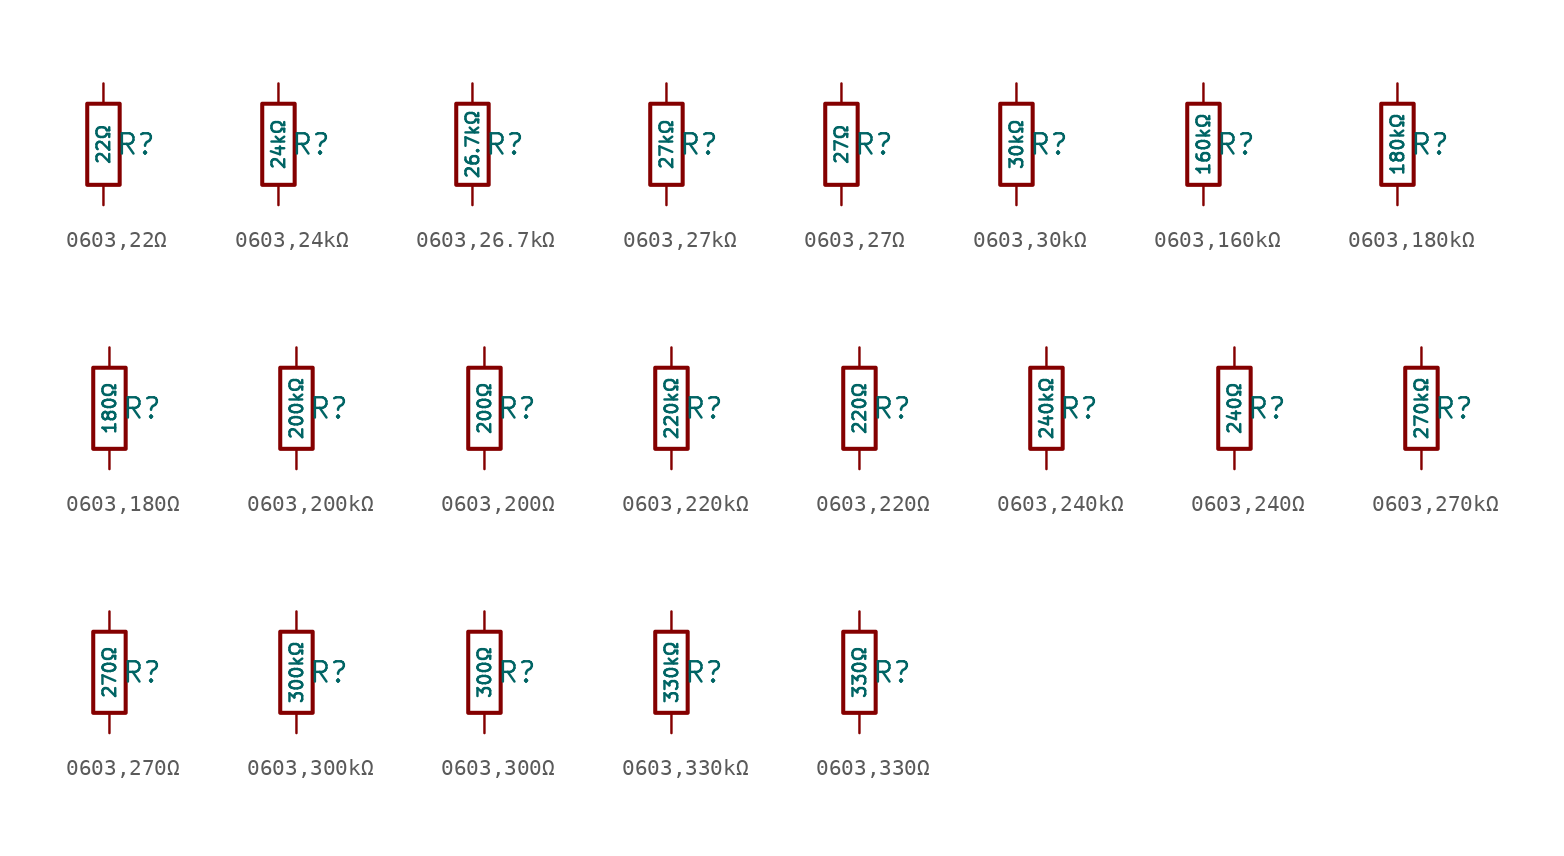
<source format=kicad_sym>
(kicad_symbol_lib
  (version 20231120)
  (generator "CDFER")
  (generator_version "8.0")
  (symbol "0603,22Ω"
    (pin_numbers hide)
    (pin_names
      (offset 0))
    (property "Reference" "R"
      (at 2.032 0 0)
      (effects (font (size 1.27 1.27)) (hide no)))
    (property "Value" "22Ω"
      (at 0 0 90)
      (do_not_autoplace)
      (effects (font (size 0.8 0.8)) (hide no)))
    (symbol "0603,22Ω_0_1"
      (rectangle (start -1.016 2.54) (end 1.016 -2.54) (stroke (width 0.254) (type default)) (fill (type none))))
    (symbol "0603,22Ω_1_1"
      (pin passive line (at 0 3.81 270) (length 1.27) (name "~" (effects (font (size 1.27 1.27)))) (number "1" (effects (font (size 1.27 1.27)))))
      (pin passive line (at 0 -3.81 90) (length 1.27) (name "~" (effects (font (size 1.27 1.27)))) (number "2" (effects (font (size 1.27 1.27)))))))
  (symbol "0603,24kΩ"
    (pin_numbers hide)
    (pin_names
      (offset 0))
    (property "Reference" "R"
      (at 2.032 0 0)
      (effects (font (size 1.27 1.27)) (hide no)))
    (property "Value" "24kΩ"
      (at 0 0 90)
      (do_not_autoplace)
      (effects (font (size 0.8 0.8)) (hide no)))
    (symbol "0603,24kΩ_0_1"
      (rectangle (start -1.016 2.54) (end 1.016 -2.54) (stroke (width 0.254) (type default)) (fill (type none))))
    (symbol "0603,24kΩ_1_1"
      (pin passive line (at 0 3.81 270) (length 1.27) (name "~" (effects (font (size 1.27 1.27)))) (number "1" (effects (font (size 1.27 1.27)))))
      (pin passive line (at 0 -3.81 90) (length 1.27) (name "~" (effects (font (size 1.27 1.27)))) (number "2" (effects (font (size 1.27 1.27)))))))
  (symbol "0603,26.7kΩ"
    (pin_numbers hide)
    (pin_names
      (offset 0))
    (property "Reference" "R"
      (at 2.032 0 0)
      (effects (font (size 1.27 1.27)) (hide no)))
    (property "Value" "26.7kΩ"
      (at 0 0 90)
      (do_not_autoplace)
      (effects (font (size 0.8 0.8)) (hide no)))
    (symbol "0603,26.7kΩ_0_1"
      (rectangle (start -1.016 2.54) (end 1.016 -2.54) (stroke (width 0.254) (type default)) (fill (type none))))
    (symbol "0603,26.7kΩ_1_1"
      (pin passive line (at 0 3.81 270) (length 1.27) (name "~" (effects (font (size 1.27 1.27)))) (number "1" (effects (font (size 1.27 1.27)))))
      (pin passive line (at 0 -3.81 90) (length 1.27) (name "~" (effects (font (size 1.27 1.27)))) (number "2" (effects (font (size 1.27 1.27)))))))
  (symbol "0603,27kΩ"
    (pin_numbers hide)
    (pin_names
      (offset 0))
    (property "Reference" "R"
      (at 2.032 0 0)
      (effects (font (size 1.27 1.27)) (hide no)))
    (property "Value" "27kΩ"
      (at 0 0 90)
      (do_not_autoplace)
      (effects (font (size 0.8 0.8)) (hide no)))
    (symbol "0603,27kΩ_0_1"
      (rectangle (start -1.016 2.54) (end 1.016 -2.54) (stroke (width 0.254) (type default)) (fill (type none))))
    (symbol "0603,27kΩ_1_1"
      (pin passive line (at 0 3.81 270) (length 1.27) (name "~" (effects (font (size 1.27 1.27)))) (number "1" (effects (font (size 1.27 1.27)))))
      (pin passive line (at 0 -3.81 90) (length 1.27) (name "~" (effects (font (size 1.27 1.27)))) (number "2" (effects (font (size 1.27 1.27)))))))
  (symbol "0603,27Ω"
    (pin_numbers hide)
    (pin_names
      (offset 0))
    (property "Reference" "R"
      (at 2.032 0 0)
      (effects (font (size 1.27 1.27)) (hide no)))
    (property "Value" "27Ω"
      (at 0 0 90)
      (do_not_autoplace)
      (effects (font (size 0.8 0.8)) (hide no)))
    (symbol "0603,27Ω_0_1"
      (rectangle (start -1.016 2.54) (end 1.016 -2.54) (stroke (width 0.254) (type default)) (fill (type none))))
    (symbol "0603,27Ω_1_1"
      (pin passive line (at 0 3.81 270) (length 1.27) (name "~" (effects (font (size 1.27 1.27)))) (number "1" (effects (font (size 1.27 1.27)))))
      (pin passive line (at 0 -3.81 90) (length 1.27) (name "~" (effects (font (size 1.27 1.27)))) (number "2" (effects (font (size 1.27 1.27)))))))
  (symbol "0603,30kΩ"
    (pin_numbers hide)
    (pin_names
      (offset 0))
    (property "Reference" "R"
      (at 2.032 0 0)
      (effects (font (size 1.27 1.27)) (hide no)))
    (property "Value" "30kΩ"
      (at 0 0 90)
      (do_not_autoplace)
      (effects (font (size 0.8 0.8)) (hide no)))
    (symbol "0603,30kΩ_0_1"
      (rectangle (start -1.016 2.54) (end 1.016 -2.54) (stroke (width 0.254) (type default)) (fill (type none))))
    (symbol "0603,30kΩ_1_1"
      (pin passive line (at 0 3.81 270) (length 1.27) (name "~" (effects (font (size 1.27 1.27)))) (number "1" (effects (font (size 1.27 1.27)))))
      (pin passive line (at 0 -3.81 90) (length 1.27) (name "~" (effects (font (size 1.27 1.27)))) (number "2" (effects (font (size 1.27 1.27)))))))
  (symbol "0603,160kΩ"
    (pin_numbers hide)
    (pin_names
      (offset 0))
    (property "Reference" "R"
      (at 2.032 0 0)
      (effects (font (size 1.27 1.27)) (hide no)))
    (property "Value" "160kΩ"
      (at 0 0 90)
      (do_not_autoplace)
      (effects (font (size 0.8 0.8)) (hide no)))
    (symbol "0603,160kΩ_0_1"
      (rectangle (start -1.016 2.54) (end 1.016 -2.54) (stroke (width 0.254) (type default)) (fill (type none))))
    (symbol "0603,160kΩ_1_1"
      (pin passive line (at 0 3.81 270) (length 1.27) (name "~" (effects (font (size 1.27 1.27)))) (number "1" (effects (font (size 1.27 1.27)))))
      (pin passive line (at 0 -3.81 90) (length 1.27) (name "~" (effects (font (size 1.27 1.27)))) (number "2" (effects (font (size 1.27 1.27)))))))
  (symbol "0603,180kΩ"
    (pin_numbers hide)
    (pin_names
      (offset 0))
    (property "Reference" "R"
      (at 2.032 0 0)
      (effects (font (size 1.27 1.27)) (hide no)))
    (property "Value" "180kΩ"
      (at 0 0 90)
      (do_not_autoplace)
      (effects (font (size 0.8 0.8)) (hide no)))
    (symbol "0603,180kΩ_0_1"
      (rectangle (start -1.016 2.54) (end 1.016 -2.54) (stroke (width 0.254) (type default)) (fill (type none))))
    (symbol "0603,180kΩ_1_1"
      (pin passive line (at 0 3.81 270) (length 1.27) (name "~" (effects (font (size 1.27 1.27)))) (number "1" (effects (font (size 1.27 1.27)))))
      (pin passive line (at 0 -3.81 90) (length 1.27) (name "~" (effects (font (size 1.27 1.27)))) (number "2" (effects (font (size 1.27 1.27)))))))
  (symbol "0603,180Ω"
    (pin_numbers hide)
    (pin_names
      (offset 0))
    (property "Reference" "R"
      (at 2.032 0 0)
      (effects (font (size 1.27 1.27)) (hide no)))
    (property "Value" "180Ω"
      (at 0 0 90)
      (do_not_autoplace)
      (effects (font (size 0.8 0.8)) (hide no)))
    (symbol "0603,180Ω_0_1"
      (rectangle (start -1.016 2.54) (end 1.016 -2.54) (stroke (width 0.254) (type default)) (fill (type none))))
    (symbol "0603,180Ω_1_1"
      (pin passive line (at 0 3.81 270) (length 1.27) (name "~" (effects (font (size 1.27 1.27)))) (number "1" (effects (font (size 1.27 1.27)))))
      (pin passive line (at 0 -3.81 90) (length 1.27) (name "~" (effects (font (size 1.27 1.27)))) (number "2" (effects (font (size 1.27 1.27)))))))
  (symbol "0603,200kΩ"
    (pin_numbers hide)
    (pin_names
      (offset 0))
    (property "Reference" "R"
      (at 2.032 0 0)
      (effects (font (size 1.27 1.27)) (hide no)))
    (property "Value" "200kΩ"
      (at 0 0 90)
      (do_not_autoplace)
      (effects (font (size 0.8 0.8)) (hide no)))
    (symbol "0603,200kΩ_0_1"
      (rectangle (start -1.016 2.54) (end 1.016 -2.54) (stroke (width 0.254) (type default)) (fill (type none))))
    (symbol "0603,200kΩ_1_1"
      (pin passive line (at 0 3.81 270) (length 1.27) (name "~" (effects (font (size 1.27 1.27)))) (number "1" (effects (font (size 1.27 1.27)))))
      (pin passive line (at 0 -3.81 90) (length 1.27) (name "~" (effects (font (size 1.27 1.27)))) (number "2" (effects (font (size 1.27 1.27)))))))
  (symbol "0603,200Ω"
    (pin_numbers hide)
    (pin_names
      (offset 0))
    (property "Reference" "R"
      (at 2.032 0 0)
      (effects (font (size 1.27 1.27)) (hide no)))
    (property "Value" "200Ω"
      (at 0 0 90)
      (do_not_autoplace)
      (effects (font (size 0.8 0.8)) (hide no)))
    (symbol "0603,200Ω_0_1"
      (rectangle (start -1.016 2.54) (end 1.016 -2.54) (stroke (width 0.254) (type default)) (fill (type none))))
    (symbol "0603,200Ω_1_1"
      (pin passive line (at 0 3.81 270) (length 1.27) (name "~" (effects (font (size 1.27 1.27)))) (number "1" (effects (font (size 1.27 1.27)))))
      (pin passive line (at 0 -3.81 90) (length 1.27) (name "~" (effects (font (size 1.27 1.27)))) (number "2" (effects (font (size 1.27 1.27)))))))
  (symbol "0603,220kΩ"
    (pin_numbers hide)
    (pin_names
      (offset 0))
    (property "Reference" "R"
      (at 2.032 0 0)
      (effects (font (size 1.27 1.27)) (hide no)))
    (property "Value" "220kΩ"
      (at 0 0 90)
      (do_not_autoplace)
      (effects (font (size 0.8 0.8)) (hide no)))
    (symbol "0603,220kΩ_0_1"
      (rectangle (start -1.016 2.54) (end 1.016 -2.54) (stroke (width 0.254) (type default)) (fill (type none))))
    (symbol "0603,220kΩ_1_1"
      (pin passive line (at 0 3.81 270) (length 1.27) (name "~" (effects (font (size 1.27 1.27)))) (number "1" (effects (font (size 1.27 1.27)))))
      (pin passive line (at 0 -3.81 90) (length 1.27) (name "~" (effects (font (size 1.27 1.27)))) (number "2" (effects (font (size 1.27 1.27)))))))
  (symbol "0603,220Ω"
    (pin_numbers hide)
    (pin_names
      (offset 0))
    (property "Reference" "R"
      (at 2.032 0 0)
      (effects (font (size 1.27 1.27)) (hide no)))
    (property "Value" "220Ω"
      (at 0 0 90)
      (do_not_autoplace)
      (effects (font (size 0.8 0.8)) (hide no)))
    (symbol "0603,220Ω_0_1"
      (rectangle (start -1.016 2.54) (end 1.016 -2.54) (stroke (width 0.254) (type default)) (fill (type none))))
    (symbol "0603,220Ω_1_1"
      (pin passive line (at 0 3.81 270) (length 1.27) (name "~" (effects (font (size 1.27 1.27)))) (number "1" (effects (font (size 1.27 1.27)))))
      (pin passive line (at 0 -3.81 90) (length 1.27) (name "~" (effects (font (size 1.27 1.27)))) (number "2" (effects (font (size 1.27 1.27)))))))
  (symbol "0603,240kΩ"
    (pin_numbers hide)
    (pin_names
      (offset 0))
    (property "Reference" "R"
      (at 2.032 0 0)
      (effects (font (size 1.27 1.27)) (hide no)))
    (property "Value" "240kΩ"
      (at 0 0 90)
      (do_not_autoplace)
      (effects (font (size 0.8 0.8)) (hide no)))
    (symbol "0603,240kΩ_0_1"
      (rectangle (start -1.016 2.54) (end 1.016 -2.54) (stroke (width 0.254) (type default)) (fill (type none))))
    (symbol "0603,240kΩ_1_1"
      (pin passive line (at 0 3.81 270) (length 1.27) (name "~" (effects (font (size 1.27 1.27)))) (number "1" (effects (font (size 1.27 1.27)))))
      (pin passive line (at 0 -3.81 90) (length 1.27) (name "~" (effects (font (size 1.27 1.27)))) (number "2" (effects (font (size 1.27 1.27)))))))
  (symbol "0603,240Ω"
    (pin_numbers hide)
    (pin_names
      (offset 0))
    (property "Reference" "R"
      (at 2.032 0 0)
      (effects (font (size 1.27 1.27)) (hide no)))
    (property "Value" "240Ω"
      (at 0 0 90)
      (do_not_autoplace)
      (effects (font (size 0.8 0.8)) (hide no)))
    (symbol "0603,240Ω_0_1"
      (rectangle (start -1.016 2.54) (end 1.016 -2.54) (stroke (width 0.254) (type default)) (fill (type none))))
    (symbol "0603,240Ω_1_1"
      (pin passive line (at 0 3.81 270) (length 1.27) (name "~" (effects (font (size 1.27 1.27)))) (number "1" (effects (font (size 1.27 1.27)))))
      (pin passive line (at 0 -3.81 90) (length 1.27) (name "~" (effects (font (size 1.27 1.27)))) (number "2" (effects (font (size 1.27 1.27)))))))
  (symbol "0603,270kΩ"
    (pin_numbers hide)
    (pin_names
      (offset 0))
    (property "Reference" "R"
      (at 2.032 0 0)
      (effects (font (size 1.27 1.27)) (hide no)))
    (property "Value" "270kΩ"
      (at 0 0 90)
      (do_not_autoplace)
      (effects (font (size 0.8 0.8)) (hide no)))
    (symbol "0603,270kΩ_0_1"
      (rectangle (start -1.016 2.54) (end 1.016 -2.54) (stroke (width 0.254) (type default)) (fill (type none))))
    (symbol "0603,270kΩ_1_1"
      (pin passive line (at 0 3.81 270) (length 1.27) (name "~" (effects (font (size 1.27 1.27)))) (number "1" (effects (font (size 1.27 1.27)))))
      (pin passive line (at 0 -3.81 90) (length 1.27) (name "~" (effects (font (size 1.27 1.27)))) (number "2" (effects (font (size 1.27 1.27)))))))
  (symbol "0603,270Ω"
    (pin_numbers hide)
    (pin_names
      (offset 0))
    (property "Reference" "R"
      (at 2.032 0 0)
      (effects (font (size 1.27 1.27)) (hide no)))
    (property "Value" "270Ω"
      (at 0 0 90)
      (do_not_autoplace)
      (effects (font (size 0.8 0.8)) (hide no)))
    (symbol "0603,270Ω_0_1"
      (rectangle (start -1.016 2.54) (end 1.016 -2.54) (stroke (width 0.254) (type default)) (fill (type none))))
    (symbol "0603,270Ω_1_1"
      (pin passive line (at 0 3.81 270) (length 1.27) (name "~" (effects (font (size 1.27 1.27)))) (number "1" (effects (font (size 1.27 1.27)))))
      (pin passive line (at 0 -3.81 90) (length 1.27) (name "~" (effects (font (size 1.27 1.27)))) (number "2" (effects (font (size 1.27 1.27)))))))
  (symbol "0603,300kΩ"
    (pin_numbers hide)
    (pin_names
      (offset 0))
    (property "Reference" "R"
      (at 2.032 0 0)
      (effects (font (size 1.27 1.27)) (hide no)))
    (property "Value" "300kΩ"
      (at 0 0 90)
      (do_not_autoplace)
      (effects (font (size 0.8 0.8)) (hide no)))
    (symbol "0603,300kΩ_0_1"
      (rectangle (start -1.016 2.54) (end 1.016 -2.54) (stroke (width 0.254) (type default)) (fill (type none))))
    (symbol "0603,300kΩ_1_1"
      (pin passive line (at 0 3.81 270) (length 1.27) (name "~" (effects (font (size 1.27 1.27)))) (number "1" (effects (font (size 1.27 1.27)))))
      (pin passive line (at 0 -3.81 90) (length 1.27) (name "~" (effects (font (size 1.27 1.27)))) (number "2" (effects (font (size 1.27 1.27)))))))
  (symbol "0603,300Ω"
    (pin_numbers hide)
    (pin_names
      (offset 0))
    (property "Reference" "R"
      (at 2.032 0 0)
      (effects (font (size 1.27 1.27)) (hide no)))
    (property "Value" "300Ω"
      (at 0 0 90)
      (do_not_autoplace)
      (effects (font (size 0.8 0.8)) (hide no)))
    (symbol "0603,300Ω_0_1"
      (rectangle (start -1.016 2.54) (end 1.016 -2.54) (stroke (width 0.254) (type default)) (fill (type none))))
    (symbol "0603,300Ω_1_1"
      (pin passive line (at 0 3.81 270) (length 1.27) (name "~" (effects (font (size 1.27 1.27)))) (number "1" (effects (font (size 1.27 1.27)))))
      (pin passive line (at 0 -3.81 90) (length 1.27) (name "~" (effects (font (size 1.27 1.27)))) (number "2" (effects (font (size 1.27 1.27)))))))
  (symbol "0603,330kΩ"
    (pin_numbers hide)
    (pin_names
      (offset 0))
    (property "Reference" "R"
      (at 2.032 0 0)
      (effects (font (size 1.27 1.27)) (hide no)))
    (property "Value" "330kΩ"
      (at 0 0 90)
      (do_not_autoplace)
      (effects (font (size 0.8 0.8)) (hide no)))
    (symbol "0603,330kΩ_0_1"
      (rectangle (start -1.016 2.54) (end 1.016 -2.54) (stroke (width 0.254) (type default)) (fill (type none))))
    (symbol "0603,330kΩ_1_1"
      (pin passive line (at 0 3.81 270) (length 1.27) (name "~" (effects (font (size 1.27 1.27)))) (number "1" (effects (font (size 1.27 1.27)))))
      (pin passive line (at 0 -3.81 90) (length 1.27) (name "~" (effects (font (size 1.27 1.27)))) (number "2" (effects (font (size 1.27 1.27)))))))
  (symbol "0603,330Ω"
    (pin_numbers hide)
    (pin_names
      (offset 0))
    (property "Reference" "R"
      (at 2.032 0 0)
      (effects (font (size 1.27 1.27)) (hide no)))
    (property "Value" "330Ω"
      (at 0 0 90)
      (do_not_autoplace)
      (effects (font (size 0.8 0.8)) (hide no)))
    (symbol "0603,330Ω_0_1"
      (rectangle (start -1.016 2.54) (end 1.016 -2.54) (stroke (width 0.254) (type default)) (fill (type none))))
    (symbol "0603,330Ω_1_1"
      (pin passive line (at 0 3.81 270) (length 1.27) (name "~" (effects (font (size 1.27 1.27)))) (number "1" (effects (font (size 1.27 1.27)))))
      (pin passive line (at 0 -3.81 90) (length 1.27) (name "~" (effects (font (size 1.27 1.27)))) (number "2" (effects (font (size 1.27 1.27))))))))
</source>
